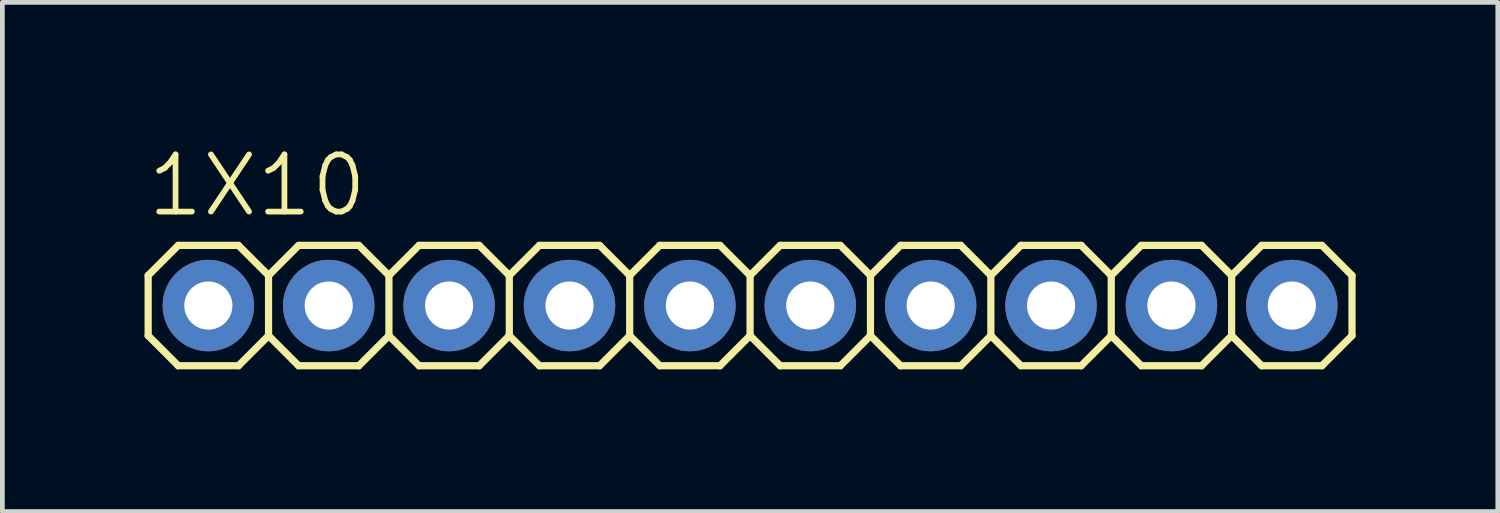
<source format=kicad_pcb>
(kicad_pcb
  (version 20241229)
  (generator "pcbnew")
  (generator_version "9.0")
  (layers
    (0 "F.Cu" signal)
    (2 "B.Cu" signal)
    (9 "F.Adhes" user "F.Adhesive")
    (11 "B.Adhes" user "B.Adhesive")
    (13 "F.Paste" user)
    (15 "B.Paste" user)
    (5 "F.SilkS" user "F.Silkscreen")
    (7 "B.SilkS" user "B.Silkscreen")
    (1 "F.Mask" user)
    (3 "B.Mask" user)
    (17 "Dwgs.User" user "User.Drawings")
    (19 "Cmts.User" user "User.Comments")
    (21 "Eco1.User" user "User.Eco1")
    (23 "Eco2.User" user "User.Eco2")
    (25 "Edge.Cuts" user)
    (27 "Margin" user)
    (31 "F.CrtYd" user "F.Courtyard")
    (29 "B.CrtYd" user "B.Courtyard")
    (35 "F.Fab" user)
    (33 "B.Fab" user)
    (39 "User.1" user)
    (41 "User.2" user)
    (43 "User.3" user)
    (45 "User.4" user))
  (footprint "1X10"
    (layer "F.Cu")
    (at 12.776 3.397)
    (property "Reference" "1X10" (at -12.776 -1.829 0) (layer "F.SilkS") (effects (font (size 1.206 1.206) (thickness 0.121)) (justify left bottom)))
    (attr through_hole)
    (fp_line (start -12.7 -0.635) (end -12.7 0.635) (stroke (width 0.152) (type solid)) (layer "F.SilkS"))
    (fp_line (start -12.7 0.635) (end -12.065 1.27) (stroke (width 0.152) (type solid)) (layer "F.SilkS"))
    (fp_line (start -12.065 -1.27) (end -12.7 -0.635) (stroke (width 0.152) (type solid)) (layer "F.SilkS"))
    (fp_line (start -12.065 -1.27) (end -10.795 -1.27) (stroke (width 0.152) (type solid)) (layer "F.SilkS"))
    (fp_line (start -10.795 -1.27) (end -10.16 -0.635) (stroke (width 0.152) (type solid)) (layer "F.SilkS"))
    (fp_line (start -10.795 1.27) (end -12.065 1.27) (stroke (width 0.152) (type solid)) (layer "F.SilkS"))
    (fp_line (start -10.16 -0.635) (end -10.16 0.635) (stroke (width 0.152) (type solid)) (layer "F.SilkS"))
    (fp_line (start -10.16 -0.635) (end -9.525 -1.27) (stroke (width 0.152) (type solid)) (layer "F.SilkS"))
    (fp_line (start -10.16 0.635) (end -10.795 1.27) (stroke (width 0.152) (type solid)) (layer "F.SilkS"))
    (fp_line (start -9.525 -1.27) (end -8.255 -1.27) (stroke (width 0.152) (type solid)) (layer "F.SilkS"))
    (fp_line (start -9.525 1.27) (end -10.16 0.635) (stroke (width 0.152) (type solid)) (layer "F.SilkS"))
    (fp_line (start -8.255 -1.27) (end -7.62 -0.635) (stroke (width 0.152) (type solid)) (layer "F.SilkS"))
    (fp_line (start -8.255 1.27) (end -9.525 1.27) (stroke (width 0.152) (type solid)) (layer "F.SilkS"))
    (fp_line (start -7.62 -0.635) (end -7.62 0.635) (stroke (width 0.152) (type solid)) (layer "F.SilkS"))
    (fp_line (start -7.62 -0.635) (end -6.985 -1.27) (stroke (width 0.152) (type solid)) (layer "F.SilkS"))
    (fp_line (start -7.62 0.635) (end -8.255 1.27) (stroke (width 0.152) (type solid)) (layer "F.SilkS"))
    (fp_line (start -6.985 -1.27) (end -5.715 -1.27) (stroke (width 0.152) (type solid)) (layer "F.SilkS"))
    (fp_line (start -6.985 1.27) (end -7.62 0.635) (stroke (width 0.152) (type solid)) (layer "F.SilkS"))
    (fp_line (start -5.715 -1.27) (end -5.08 -0.635) (stroke (width 0.152) (type solid)) (layer "F.SilkS"))
    (fp_line (start -5.715 1.27) (end -6.985 1.27) (stroke (width 0.152) (type solid)) (layer "F.SilkS"))
    (fp_line (start -5.08 -0.635) (end -5.08 0.635) (stroke (width 0.152) (type solid)) (layer "F.SilkS"))
    (fp_line (start -5.08 0.635) (end -5.715 1.27) (stroke (width 0.152) (type solid)) (layer "F.SilkS"))
    (fp_line (start -5.08 0.635) (end -4.445 1.27) (stroke (width 0.152) (type solid)) (layer "F.SilkS"))
    (fp_line (start -4.445 -1.27) (end -5.08 -0.635) (stroke (width 0.152) (type solid)) (layer "F.SilkS"))
    (fp_line (start -4.445 -1.27) (end -3.175 -1.27) (stroke (width 0.152) (type solid)) (layer "F.SilkS"))
    (fp_line (start -3.175 -1.27) (end -2.54 -0.635) (stroke (width 0.152) (type solid)) (layer "F.SilkS"))
    (fp_line (start -3.175 1.27) (end -4.445 1.27) (stroke (width 0.152) (type solid)) (layer "F.SilkS"))
    (fp_line (start -2.54 -0.635) (end -2.54 0.635) (stroke (width 0.152) (type solid)) (layer "F.SilkS"))
    (fp_line (start -2.54 -0.635) (end -1.905 -1.27) (stroke (width 0.152) (type solid)) (layer "F.SilkS"))
    (fp_line (start -2.54 0.635) (end -3.175 1.27) (stroke (width 0.152) (type solid)) (layer "F.SilkS"))
    (fp_line (start -1.905 -1.27) (end -0.635 -1.27) (stroke (width 0.152) (type solid)) (layer "F.SilkS"))
    (fp_line (start -1.905 1.27) (end -2.54 0.635) (stroke (width 0.152) (type solid)) (layer "F.SilkS"))
    (fp_line (start -0.635 -1.27) (end 0 -0.635) (stroke (width 0.152) (type solid)) (layer "F.SilkS"))
    (fp_line (start -0.635 1.27) (end -1.905 1.27) (stroke (width 0.152) (type solid)) (layer "F.SilkS"))
    (fp_line (start 0 -0.635) (end 0 0.635) (stroke (width 0.152) (type solid)) (layer "F.SilkS"))
    (fp_line (start 0 -0.635) (end 0.635 -1.27) (stroke (width 0.152) (type solid)) (layer "F.SilkS"))
    (fp_line (start 0 0.635) (end -0.635 1.27) (stroke (width 0.152) (type solid)) (layer "F.SilkS"))
    (fp_line (start 0.635 -1.27) (end 1.905 -1.27) (stroke (width 0.152) (type solid)) (layer "F.SilkS"))
    (fp_line (start 0.635 1.27) (end 0 0.635) (stroke (width 0.152) (type solid)) (layer "F.SilkS"))
    (fp_line (start 1.905 -1.27) (end 2.54 -0.635) (stroke (width 0.152) (type solid)) (layer "F.SilkS"))
    (fp_line (start 1.905 1.27) (end 0.635 1.27) (stroke (width 0.152) (type solid)) (layer "F.SilkS"))
    (fp_line (start 2.54 -0.635) (end 2.54 0.635) (stroke (width 0.152) (type solid)) (layer "F.SilkS"))
    (fp_line (start 2.54 0.635) (end 1.905 1.27) (stroke (width 0.152) (type solid)) (layer "F.SilkS"))
    (fp_line (start 2.54 0.635) (end 3.175 1.27) (stroke (width 0.152) (type solid)) (layer "F.SilkS"))
    (fp_line (start 3.175 -1.27) (end 2.54 -0.635) (stroke (width 0.152) (type solid)) (layer "F.SilkS"))
    (fp_line (start 3.175 -1.27) (end 4.445 -1.27) (stroke (width 0.152) (type solid)) (layer "F.SilkS"))
    (fp_line (start 4.445 -1.27) (end 5.08 -0.635) (stroke (width 0.152) (type solid)) (layer "F.SilkS"))
    (fp_line (start 4.445 1.27) (end 3.175 1.27) (stroke (width 0.152) (type solid)) (layer "F.SilkS"))
    (fp_line (start 5.08 -0.635) (end 5.08 0.635) (stroke (width 0.152) (type solid)) (layer "F.SilkS"))
    (fp_line (start 5.08 -0.635) (end 5.715 -1.27) (stroke (width 0.152) (type solid)) (layer "F.SilkS"))
    (fp_line (start 5.08 0.635) (end 4.445 1.27) (stroke (width 0.152) (type solid)) (layer "F.SilkS"))
    (fp_line (start 5.715 -1.27) (end 6.985 -1.27) (stroke (width 0.152) (type solid)) (layer "F.SilkS"))
    (fp_line (start 5.715 1.27) (end 5.08 0.635) (stroke (width 0.152) (type solid)) (layer "F.SilkS"))
    (fp_line (start 6.985 -1.27) (end 7.62 -0.635) (stroke (width 0.152) (type solid)) (layer "F.SilkS"))
    (fp_line (start 6.985 1.27) (end 5.715 1.27) (stroke (width 0.152) (type solid)) (layer "F.SilkS"))
    (fp_line (start 7.62 -0.635) (end 7.62 0.635) (stroke (width 0.152) (type solid)) (layer "F.SilkS"))
    (fp_line (start 7.62 -0.635) (end 8.255 -1.27) (stroke (width 0.152) (type solid)) (layer "F.SilkS"))
    (fp_line (start 7.62 0.635) (end 6.985 1.27) (stroke (width 0.152) (type solid)) (layer "F.SilkS"))
    (fp_line (start 8.255 -1.27) (end 9.525 -1.27) (stroke (width 0.152) (type solid)) (layer "F.SilkS"))
    (fp_line (start 8.255 1.27) (end 7.62 0.635) (stroke (width 0.152) (type solid)) (layer "F.SilkS"))
    (fp_line (start 9.525 -1.27) (end 10.16 -0.635) (stroke (width 0.152) (type solid)) (layer "F.SilkS"))
    (fp_line (start 9.525 1.27) (end 8.255 1.27) (stroke (width 0.152) (type solid)) (layer "F.SilkS"))
    (fp_line (start 10.16 -0.635) (end 10.16 0.635) (stroke (width 0.152) (type solid)) (layer "F.SilkS"))
    (fp_line (start 10.16 0.635) (end 9.525 1.27) (stroke (width 0.152) (type solid)) (layer "F.SilkS"))
    (fp_line (start 10.16 0.635) (end 10.795 1.27) (stroke (width 0.152) (type solid)) (layer "F.SilkS"))
    (fp_line (start 10.795 -1.27) (end 10.16 -0.635) (stroke (width 0.152) (type solid)) (layer "F.SilkS"))
    (fp_line (start 10.795 -1.27) (end 12.065 -1.27) (stroke (width 0.152) (type solid)) (layer "F.SilkS"))
    (fp_line (start 12.065 -1.27) (end 12.7 -0.635) (stroke (width 0.152) (type solid)) (layer "F.SilkS"))
    (fp_line (start 12.065 1.27) (end 10.795 1.27) (stroke (width 0.152) (type solid)) (layer "F.SilkS"))
    (fp_line (start 12.7 -0.635) (end 12.7 0.635) (stroke (width 0.152) (type solid)) (layer "F.SilkS"))
    (fp_line (start 12.7 0.635) (end 12.065 1.27) (stroke (width 0.152) (type solid)) (layer "F.SilkS"))
    (fp_poly (pts (xy -11.684 0.254) (xy -11.176 0.254) (xy -11.176 -0.254) (xy -11.684 -0.254)) (stroke (width 0.1) (type solid)) (fill no) (layer "F.Fab"))
    (fp_poly (pts (xy -9.144 0.254) (xy -8.636 0.254) (xy -8.636 -0.254) (xy -9.144 -0.254)) (stroke (width 0.1) (type solid)) (fill no) (layer "F.Fab"))
    (fp_poly (pts (xy -6.604 0.254) (xy -6.096 0.254) (xy -6.096 -0.254) (xy -6.604 -0.254)) (stroke (width 0.1) (type solid)) (fill no) (layer "F.Fab"))
    (fp_poly (pts (xy -4.064 0.254) (xy -3.556 0.254) (xy -3.556 -0.254) (xy -4.064 -0.254)) (stroke (width 0.1) (type solid)) (fill no) (layer "F.Fab"))
    (fp_poly (pts (xy -1.524 0.254) (xy -1.016 0.254) (xy -1.016 -0.254) (xy -1.524 -0.254)) (stroke (width 0.1) (type solid)) (fill no) (layer "F.Fab"))
    (fp_poly (pts (xy 1.016 0.254) (xy 1.524 0.254) (xy 1.524 -0.254) (xy 1.016 -0.254)) (stroke (width 0.1) (type solid)) (fill no) (layer "F.Fab"))
    (fp_poly (pts (xy 3.556 0.254) (xy 4.064 0.254) (xy 4.064 -0.254) (xy 3.556 -0.254)) (stroke (width 0.1) (type solid)) (fill no) (layer "F.Fab"))
    (fp_poly (pts (xy 6.096 0.254) (xy 6.604 0.254) (xy 6.604 -0.254) (xy 6.096 -0.254)) (stroke (width 0.1) (type solid)) (fill no) (layer "F.Fab"))
    (fp_poly (pts (xy 8.636 0.254) (xy 9.144 0.254) (xy 9.144 -0.254) (xy 8.636 -0.254)) (stroke (width 0.1) (type solid)) (fill no) (layer "F.Fab"))
    (fp_poly (pts (xy 11.176 0.254) (xy 11.684 0.254) (xy 11.684 -0.254) (xy 11.176 -0.254)) (stroke (width 0.1) (type solid)) (fill no) (layer "F.Fab"))
    (pad "1" thru_hole circle (at -11.43 0 90) (size 1.93 1.93) (drill 1.016) (layers "*.Cu" "*.Mask"))
    (pad "2" thru_hole circle (at -8.89 0 90) (size 1.93 1.93) (drill 1.016) (layers "*.Cu" "*.Mask"))
    (pad "3" thru_hole circle (at -6.35 0 90) (size 1.93 1.93) (drill 1.016) (layers "*.Cu" "*.Mask"))
    (pad "4" thru_hole circle (at -3.81 0 90) (size 1.93 1.93) (drill 1.016) (layers "*.Cu" "*.Mask"))
    (pad "5" thru_hole circle (at -1.27 0 90) (size 1.93 1.93) (drill 1.016) (layers "*.Cu" "*.Mask"))
    (pad "6" thru_hole circle (at 1.27 0 90) (size 1.93 1.93) (drill 1.016) (layers "*.Cu" "*.Mask"))
    (pad "7" thru_hole circle (at 3.81 0 90) (size 1.93 1.93) (drill 1.016) (layers "*.Cu" "*.Mask"))
    (pad "8" thru_hole circle (at 6.35 0 90) (size 1.93 1.93) (drill 1.016) (layers "*.Cu" "*.Mask"))
    (pad "9" thru_hole circle (at 8.89 0 90) (size 1.93 1.93) (drill 1.016) (layers "*.Cu" "*.Mask"))
    (pad "10" thru_hole circle (at 11.43 0 90) (size 1.93 1.93) (drill 1.016) (layers "*.Cu" "*.Mask")))
  (gr_rect
    (start -3 -3)
    (end 28.552 7.743)
    (stroke (width 0.1) (type default))
    (fill no)
    (layer "Edge.Cuts")))
</source>
